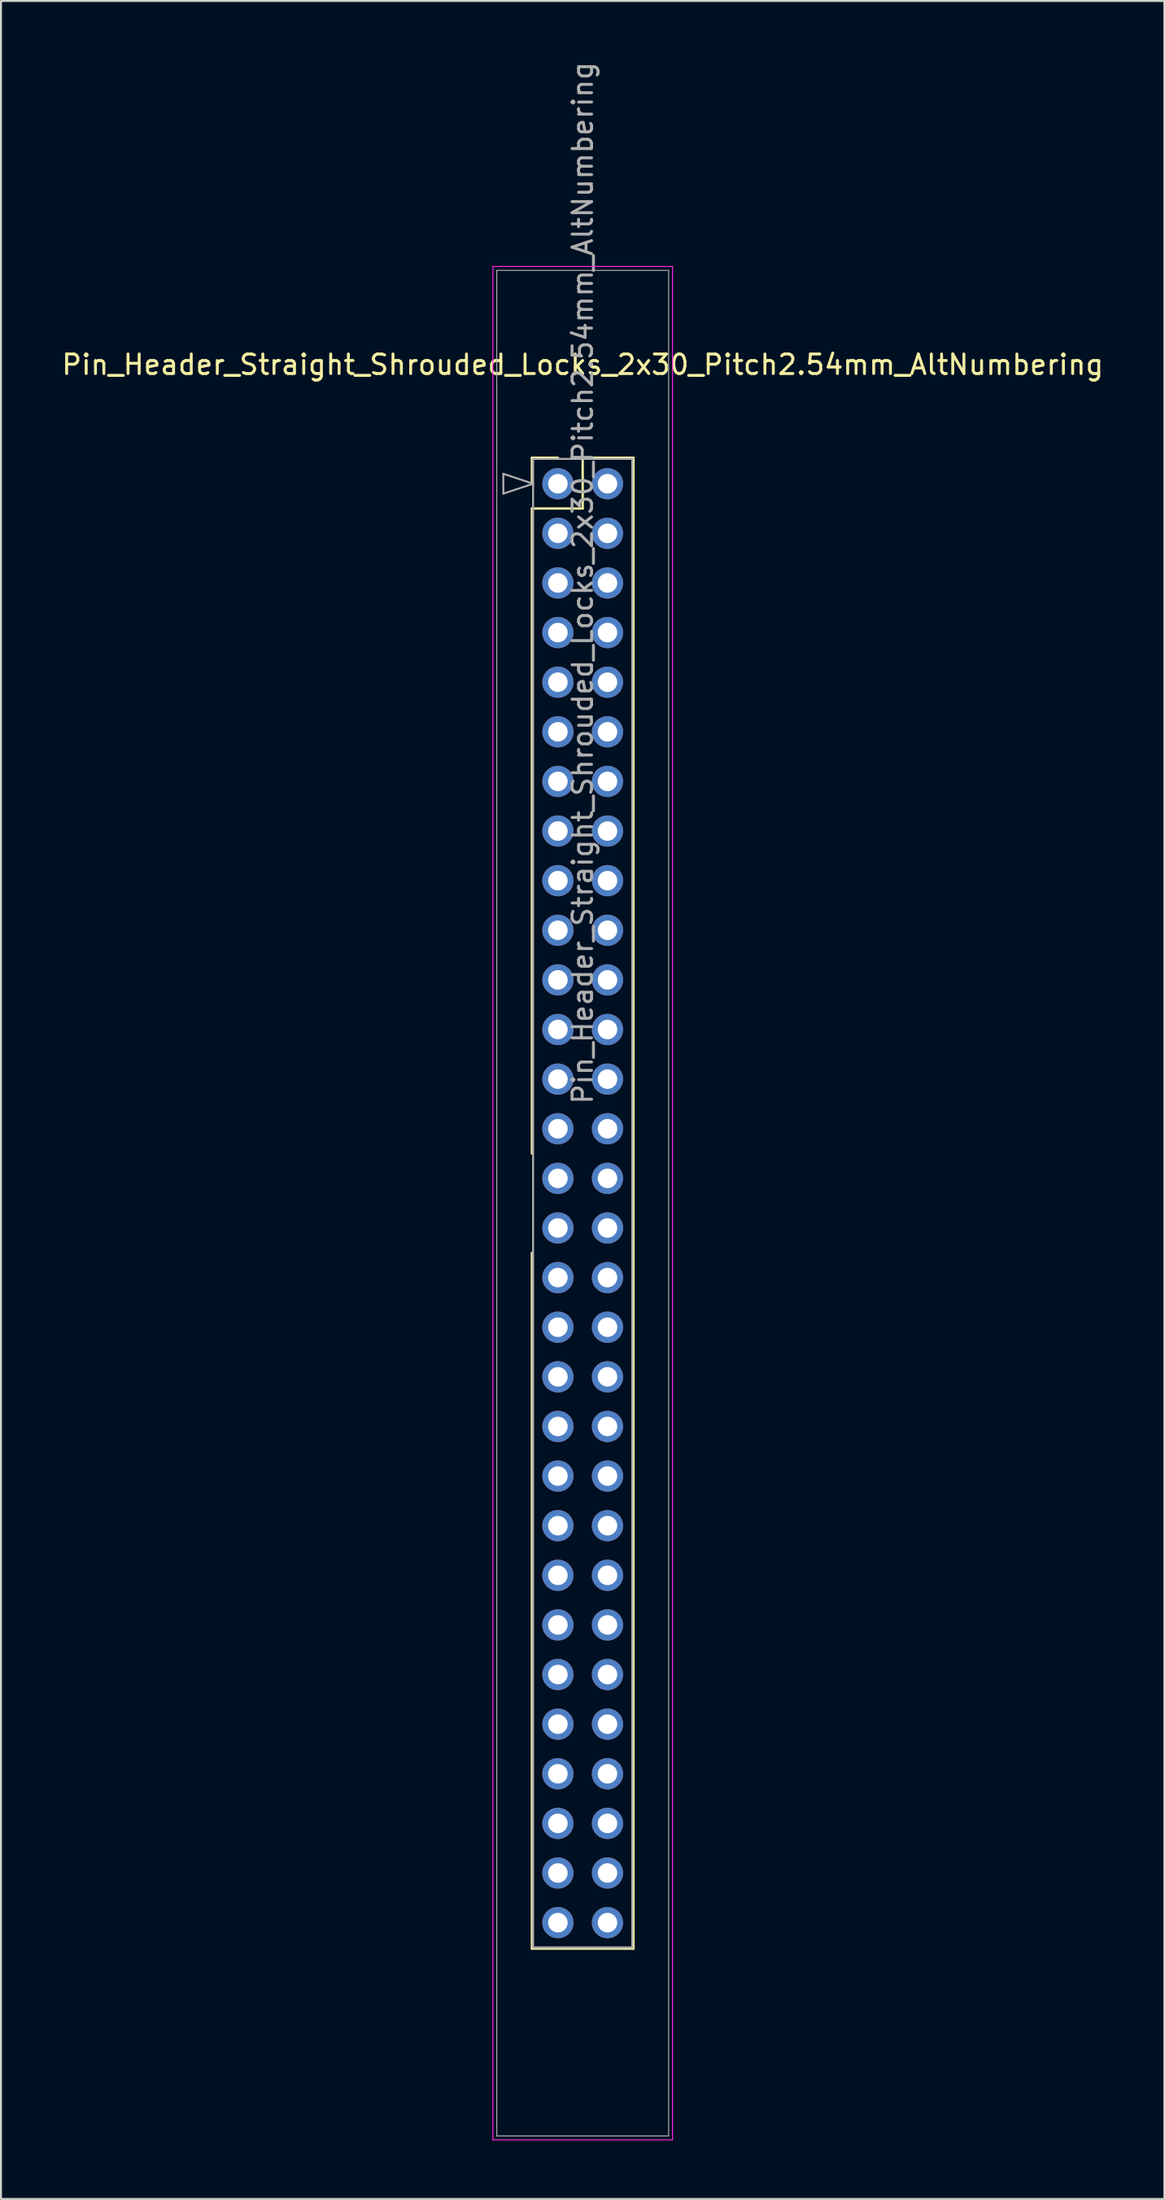
<source format=kicad_pcb>
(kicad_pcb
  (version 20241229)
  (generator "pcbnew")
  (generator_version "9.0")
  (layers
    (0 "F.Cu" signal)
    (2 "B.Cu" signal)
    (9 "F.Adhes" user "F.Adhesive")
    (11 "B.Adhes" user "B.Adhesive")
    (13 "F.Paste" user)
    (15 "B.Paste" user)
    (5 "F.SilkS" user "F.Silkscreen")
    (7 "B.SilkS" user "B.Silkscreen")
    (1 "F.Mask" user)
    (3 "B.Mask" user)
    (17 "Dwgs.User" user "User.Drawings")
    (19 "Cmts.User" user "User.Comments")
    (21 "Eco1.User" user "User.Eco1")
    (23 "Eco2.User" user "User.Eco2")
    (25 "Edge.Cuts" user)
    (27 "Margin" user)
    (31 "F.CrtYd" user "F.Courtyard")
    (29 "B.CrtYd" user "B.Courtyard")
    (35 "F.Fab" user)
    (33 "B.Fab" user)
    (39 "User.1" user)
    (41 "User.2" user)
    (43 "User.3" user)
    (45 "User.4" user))
  (footprint "Pin_Header_Straight_Shrouded_Locks_2x30_Pitch2.54mm_AltNumbering"
    (layer "F.Cu")
    (at 25.522 21.712)
    (property "Reference" "Pin_Header_Straight_Shrouded_Locks_2x30_Pitch2.54mm_AltNumbering" (at 1.27 -6.096 0) (layer "F.SilkS") (effects (font (size 1 1) (thickness 0.15))))
    (attr through_hole)
    (fp_line (start -1.33 -1.33) (end 0 -1.33) (stroke (width 0.12) (type solid)) (layer "F.SilkS"))
    (fp_line (start -1.33 0) (end -1.33 -1.33) (stroke (width 0.12) (type solid)) (layer "F.SilkS"))
    (fp_line (start -1.33 1.27) (end -1.33 34.29) (stroke (width 0.12) (type solid)) (layer "F.SilkS"))
    (fp_line (start -1.33 1.27) (end 1.27 1.27) (stroke (width 0.12) (type solid)) (layer "F.SilkS"))
    (fp_line (start -1.33 39.37) (end -1.33 74.99) (stroke (width 0.12) (type solid)) (layer "F.SilkS"))
    (fp_line (start -1.33 74.99) (end 3.87 74.99) (stroke (width 0.12) (type solid)) (layer "F.SilkS"))
    (fp_line (start 1.27 -1.33) (end 3.87 -1.33) (stroke (width 0.12) (type solid)) (layer "F.SilkS"))
    (fp_line (start 1.27 1.27) (end 1.27 -1.33) (stroke (width 0.12) (type solid)) (layer "F.SilkS"))
    (fp_line (start 3.87 -1.33) (end 3.87 74.99) (stroke (width 0.12) (type solid)) (layer "F.SilkS"))
    (fp_line (start -3.33 -11.12) (end -3.33 84.78) (stroke (width 0.05) (type solid)) (layer "F.CrtYd"))
    (fp_line (start -3.33 84.78) (end 5.87 84.78) (stroke (width 0.05) (type solid)) (layer "F.CrtYd"))
    (fp_line (start 5.87 -11.12) (end -3.33 -11.12) (stroke (width 0.05) (type solid)) (layer "F.CrtYd"))
    (fp_line (start 5.87 84.78) (end 5.87 -11.12) (stroke (width 0.05) (type solid)) (layer "F.CrtYd"))
    (fp_line (start -3.13 -10.92) (end -3.13 84.58) (stroke (width 0.05) (type solid)) (layer "F.Fab"))
    (fp_line (start -3.13 84.58) (end 5.67 84.58) (stroke (width 0.05) (type solid)) (layer "F.Fab"))
    (fp_line (start -2.794 -0.508) (end -1.27 0) (stroke (width 0.1) (type solid)) (layer "F.Fab"))
    (fp_line (start -2.794 0.508) (end -2.794 -0.508) (stroke (width 0.1) (type solid)) (layer "F.Fab"))
    (fp_line (start -1.27 -1.27) (end -1.27 74.93) (stroke (width 0.1) (type solid)) (layer "F.Fab"))
    (fp_line (start -1.27 0) (end -2.794 0.508) (stroke (width 0.1) (type solid)) (layer "F.Fab"))
    (fp_line (start -1.27 74.93) (end 3.81 74.93) (stroke (width 0.1) (type solid)) (layer "F.Fab"))
    (fp_line (start 3.81 -1.27) (end -1.27 -1.27) (stroke (width 0.1) (type solid)) (layer "F.Fab"))
    (fp_line (start 3.81 74.93) (end 3.81 -1.27) (stroke (width 0.1) (type solid)) (layer "F.Fab"))
    (fp_line (start 5.67 -10.92) (end -3.13 -10.92) (stroke (width 0.05) (type solid)) (layer "F.Fab"))
    (fp_line (start 5.67 84.58) (end 5.67 -10.92) (stroke (width 0.05) (type solid)) (layer "F.Fab"))
    (fp_text user "${REFERENCE}" (at 1.27 5.08 90) (layer "F.Fab") (effects (font (size 1 1) (thickness 0.15))))
    (pad "1" thru_hole oval (at 0 0) (size 1.6 1.6) (drill 1) (layers "*.Cu" "*.Mask"))
    (pad "2" thru_hole oval (at 0 2.54) (size 1.6 1.6) (drill 1) (layers "*.Cu" "*.Mask"))
    (pad "3" thru_hole oval (at 0 5.08) (size 1.6 1.6) (drill 1) (layers "*.Cu" "*.Mask"))
    (pad "4" thru_hole oval (at 0 7.62) (size 1.6 1.6) (drill 1) (layers "*.Cu" "*.Mask"))
    (pad "5" thru_hole oval (at 0 10.16) (size 1.6 1.6) (drill 1) (layers "*.Cu" "*.Mask"))
    (pad "6" thru_hole oval (at 0 12.7) (size 1.6 1.6) (drill 1) (layers "*.Cu" "*.Mask"))
    (pad "7" thru_hole oval (at 0 15.24) (size 1.6 1.6) (drill 1) (layers "*.Cu" "*.Mask"))
    (pad "8" thru_hole oval (at 0 17.78) (size 1.6 1.6) (drill 1) (layers "*.Cu" "*.Mask"))
    (pad "9" thru_hole oval (at 0 20.32) (size 1.6 1.6) (drill 1) (layers "*.Cu" "*.Mask"))
    (pad "10" thru_hole oval (at 0 22.86) (size 1.6 1.6) (drill 1) (layers "*.Cu" "*.Mask"))
    (pad "11" thru_hole oval (at 0 25.4) (size 1.6 1.6) (drill 1) (layers "*.Cu" "*.Mask"))
    (pad "12" thru_hole oval (at 0 27.94) (size 1.6 1.6) (drill 1) (layers "*.Cu" "*.Mask"))
    (pad "13" thru_hole oval (at 0 30.48) (size 1.6 1.6) (drill 1) (layers "*.Cu" "*.Mask"))
    (pad "14" thru_hole oval (at 0 33.02) (size 1.6 1.6) (drill 1) (layers "*.Cu" "*.Mask"))
    (pad "15" thru_hole oval (at 0 35.56) (size 1.6 1.6) (drill 1) (layers "*.Cu" "*.Mask"))
    (pad "16" thru_hole oval (at 0 38.1) (size 1.6 1.6) (drill 1) (layers "*.Cu" "*.Mask"))
    (pad "17" thru_hole oval (at 0 40.64) (size 1.6 1.6) (drill 1) (layers "*.Cu" "*.Mask"))
    (pad "18" thru_hole oval (at 0 43.18) (size 1.6 1.6) (drill 1) (layers "*.Cu" "*.Mask"))
    (pad "19" thru_hole oval (at 0 45.72) (size 1.6 1.6) (drill 1) (layers "*.Cu" "*.Mask"))
    (pad "20" thru_hole oval (at 0 48.26) (size 1.6 1.6) (drill 1) (layers "*.Cu" "*.Mask"))
    (pad "21" thru_hole oval (at 0 50.8) (size 1.6 1.6) (drill 1) (layers "*.Cu" "*.Mask"))
    (pad "22" thru_hole oval (at 0 53.34) (size 1.6 1.6) (drill 1) (layers "*.Cu" "*.Mask"))
    (pad "23" thru_hole oval (at 0 55.88) (size 1.6 1.6) (drill 1) (layers "*.Cu" "*.Mask"))
    (pad "24" thru_hole oval (at 0 58.42) (size 1.6 1.6) (drill 1) (layers "*.Cu" "*.Mask"))
    (pad "25" thru_hole oval (at 0 60.96) (size 1.6 1.6) (drill 1) (layers "*.Cu" "*.Mask"))
    (pad "26" thru_hole oval (at 0 63.5) (size 1.6 1.6) (drill 1) (layers "*.Cu" "*.Mask"))
    (pad "27" thru_hole oval (at 0 66.04) (size 1.6 1.6) (drill 1) (layers "*.Cu" "*.Mask"))
    (pad "28" thru_hole oval (at 0 68.58) (size 1.6 1.6) (drill 1) (layers "*.Cu" "*.Mask"))
    (pad "29" thru_hole oval (at 0 71.12) (size 1.6 1.6) (drill 1) (layers "*.Cu" "*.Mask"))
    (pad "30" thru_hole oval (at 0 73.66) (size 1.6 1.6) (drill 1) (layers "*.Cu" "*.Mask"))
    (pad "31" thru_hole oval (at 2.54 0) (size 1.6 1.6) (drill 1) (layers "*.Cu" "*.Mask"))
    (pad "32" thru_hole oval (at 2.54 2.54) (size 1.6 1.6) (drill 1) (layers "*.Cu" "*.Mask"))
    (pad "33" thru_hole oval (at 2.54 5.08) (size 1.6 1.6) (drill 1) (layers "*.Cu" "*.Mask"))
    (pad "34" thru_hole oval (at 2.54 7.62) (size 1.6 1.6) (drill 1) (layers "*.Cu" "*.Mask"))
    (pad "35" thru_hole oval (at 2.54 10.16) (size 1.6 1.6) (drill 1) (layers "*.Cu" "*.Mask"))
    (pad "36" thru_hole oval (at 2.54 12.7) (size 1.6 1.6) (drill 1) (layers "*.Cu" "*.Mask"))
    (pad "37" thru_hole oval (at 2.54 15.24) (size 1.6 1.6) (drill 1) (layers "*.Cu" "*.Mask"))
    (pad "38" thru_hole oval (at 2.54 17.78) (size 1.6 1.6) (drill 1) (layers "*.Cu" "*.Mask"))
    (pad "39" thru_hole oval (at 2.54 20.32) (size 1.6 1.6) (drill 1) (layers "*.Cu" "*.Mask"))
    (pad "40" thru_hole oval (at 2.54 22.86) (size 1.6 1.6) (drill 1) (layers "*.Cu" "*.Mask"))
    (pad "41" thru_hole oval (at 2.54 25.4) (size 1.6 1.6) (drill 1) (layers "*.Cu" "*.Mask"))
    (pad "42" thru_hole oval (at 2.54 27.94) (size 1.6 1.6) (drill 1) (layers "*.Cu" "*.Mask"))
    (pad "43" thru_hole oval (at 2.54 30.48) (size 1.6 1.6) (drill 1) (layers "*.Cu" "*.Mask"))
    (pad "44" thru_hole oval (at 2.54 33.02) (size 1.6 1.6) (drill 1) (layers "*.Cu" "*.Mask"))
    (pad "45" thru_hole oval (at 2.54 35.56) (size 1.6 1.6) (drill 1) (layers "*.Cu" "*.Mask"))
    (pad "46" thru_hole oval (at 2.54 38.1) (size 1.6 1.6) (drill 1) (layers "*.Cu" "*.Mask"))
    (pad "47" thru_hole oval (at 2.54 40.64) (size 1.6 1.6) (drill 1) (layers "*.Cu" "*.Mask"))
    (pad "48" thru_hole oval (at 2.54 43.18) (size 1.6 1.6) (drill 1) (layers "*.Cu" "*.Mask"))
    (pad "49" thru_hole oval (at 2.54 45.72) (size 1.6 1.6) (drill 1) (layers "*.Cu" "*.Mask"))
    (pad "50" thru_hole oval (at 2.54 48.26) (size 1.6 1.6) (drill 1) (layers "*.Cu" "*.Mask"))
    (pad "51" thru_hole oval (at 2.54 50.8) (size 1.6 1.6) (drill 1) (layers "*.Cu" "*.Mask"))
    (pad "52" thru_hole oval (at 2.54 53.34) (size 1.6 1.6) (drill 1) (layers "*.Cu" "*.Mask"))
    (pad "53" thru_hole oval (at 2.54 55.88) (size 1.6 1.6) (drill 1) (layers "*.Cu" "*.Mask"))
    (pad "54" thru_hole oval (at 2.54 58.42) (size 1.6 1.6) (drill 1) (layers "*.Cu" "*.Mask"))
    (pad "55" thru_hole oval (at 2.54 60.96) (size 1.6 1.6) (drill 1) (layers "*.Cu" "*.Mask"))
    (pad "56" thru_hole oval (at 2.54 63.5) (size 1.6 1.6) (drill 1) (layers "*.Cu" "*.Mask"))
    (pad "57" thru_hole oval (at 2.54 66.04) (size 1.6 1.6) (drill 1) (layers "*.Cu" "*.Mask"))
    (pad "58" thru_hole oval (at 2.54 68.58) (size 1.6 1.6) (drill 1) (layers "*.Cu" "*.Mask"))
    (pad "59" thru_hole oval (at 2.54 71.12) (size 1.6 1.6) (drill 1) (layers "*.Cu" "*.Mask"))
    (pad "60" thru_hole oval (at 2.54 73.66) (size 1.6 1.6) (drill 1) (layers "*.Cu" "*.Mask")))
  (gr_rect
    (start -3 -3)
    (end 56.583 109.517)
    (stroke (width 0.1) (type default))
    (fill no)
    (layer "Edge.Cuts")))
</source>
